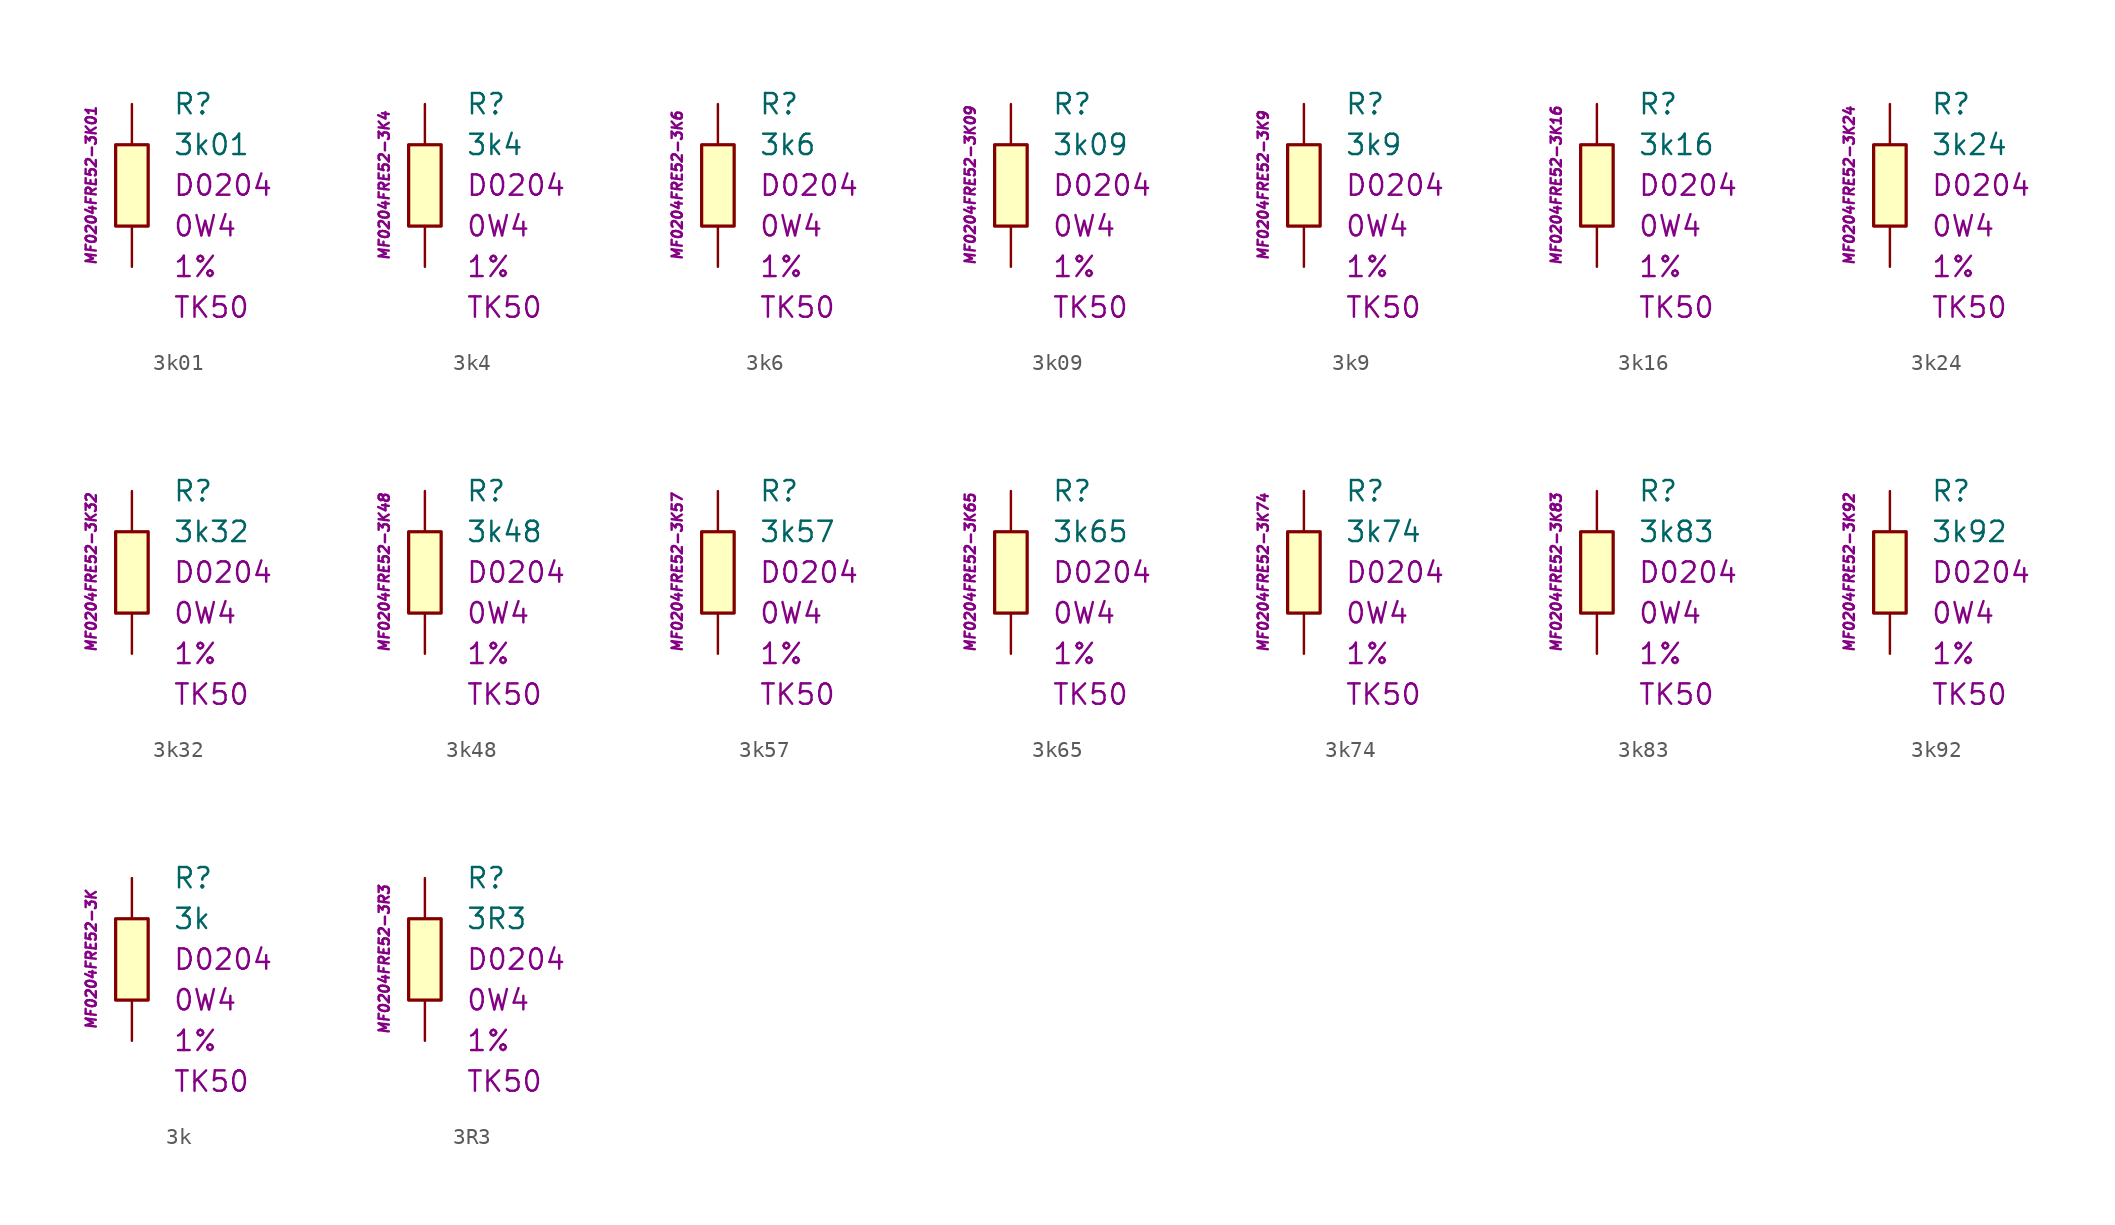
<source format=kicad_sym>
(kicad_symbol_lib
  (version 20201005)
  (generator kicad_symbol_editor)
  (symbol "3k01"
    (pin_numbers hide)
    (pin_names
      (offset 1.016) hide)
    (property "Reference" "R"
      (at 2.54 5.08 0)
      (effects (font (size 1.27 1.27)) (justify left)))
    (property "Value" "3k01"
      (at 2.54 2.54 0)
      (effects (font (size 1.27 1.27)) (justify left)))
    (property "Package" "D0204"
      (at 2.54 0 0)
      (effects (font (size 1.27 1.27)) (justify left)))
    (property "Power" "0W4"
      (at 2.54 -2.54 0)
      (effects (font (size 1.27 1.27)) (justify left)))
    (property "Tolerance" "1%"
      (at 2.54 -5.08 0)
      (effects (font (size 1.27 1.27)) (justify left)))
    (property "TK" "TK50"
      (at 2.54 -7.62 0)
      (effects (font (size 1.27 1.27)) (justify left)))
    (property "ID" "MF0204FRE52-3K01"
      (at -2.54 0 90)
      (effects (font (size 0.635 0.635) italic)))
    (symbol "3k01_0_1"
      (rectangle (start -1.016 2.54) (end 1.016 -2.54) (stroke (width 0.203)) (fill (type background))))
    (symbol "3k01_1_1"
      (pin passive line (at 0 5.08 270) (length 2.54) (name "~" (effects (font (size 1.778 1.778)))) (number "1" (effects (font (size 1.778 1.778)))))
      (pin passive line (at 0 -5.08 90) (length 2.54) (name "~" (effects (font (size 1.778 1.778)))) (number "2" (effects (font (size 1.778 1.778)))))))
  (symbol "3k4"
    (pin_numbers hide)
    (pin_names
      (offset 1.016) hide)
    (property "Reference" "R"
      (at 2.54 5.08 0)
      (effects (font (size 1.27 1.27)) (justify left)))
    (property "Value" "3k4"
      (at 2.54 2.54 0)
      (effects (font (size 1.27 1.27)) (justify left)))
    (property "Package" "D0204"
      (at 2.54 0 0)
      (effects (font (size 1.27 1.27)) (justify left)))
    (property "Power" "0W4"
      (at 2.54 -2.54 0)
      (effects (font (size 1.27 1.27)) (justify left)))
    (property "Tolerance" "1%"
      (at 2.54 -5.08 0)
      (effects (font (size 1.27 1.27)) (justify left)))
    (property "TK" "TK50"
      (at 2.54 -7.62 0)
      (effects (font (size 1.27 1.27)) (justify left)))
    (property "ID" "MF0204FRE52-3K4"
      (at -2.54 0 90)
      (effects (font (size 0.635 0.635) italic)))
    (symbol "3k4_0_1"
      (rectangle (start -1.016 2.54) (end 1.016 -2.54) (stroke (width 0.203)) (fill (type background))))
    (symbol "3k4_1_1"
      (pin passive line (at 0 5.08 270) (length 2.54) (name "~" (effects (font (size 1.778 1.778)))) (number "1" (effects (font (size 1.778 1.778)))))
      (pin passive line (at 0 -5.08 90) (length 2.54) (name "~" (effects (font (size 1.778 1.778)))) (number "2" (effects (font (size 1.778 1.778)))))))
  (symbol "3k6"
    (pin_numbers hide)
    (pin_names
      (offset 1.016) hide)
    (property "Reference" "R"
      (at 2.54 5.08 0)
      (effects (font (size 1.27 1.27)) (justify left)))
    (property "Value" "3k6"
      (at 2.54 2.54 0)
      (effects (font (size 1.27 1.27)) (justify left)))
    (property "Package" "D0204"
      (at 2.54 0 0)
      (effects (font (size 1.27 1.27)) (justify left)))
    (property "Power" "0W4"
      (at 2.54 -2.54 0)
      (effects (font (size 1.27 1.27)) (justify left)))
    (property "Tolerance" "1%"
      (at 2.54 -5.08 0)
      (effects (font (size 1.27 1.27)) (justify left)))
    (property "TK" "TK50"
      (at 2.54 -7.62 0)
      (effects (font (size 1.27 1.27)) (justify left)))
    (property "ID" "MF0204FRE52-3K6"
      (at -2.54 0 90)
      (effects (font (size 0.635 0.635) italic)))
    (symbol "3k6_0_1"
      (rectangle (start -1.016 2.54) (end 1.016 -2.54) (stroke (width 0.203)) (fill (type background))))
    (symbol "3k6_1_1"
      (pin passive line (at 0 5.08 270) (length 2.54) (name "~" (effects (font (size 1.778 1.778)))) (number "1" (effects (font (size 1.778 1.778)))))
      (pin passive line (at 0 -5.08 90) (length 2.54) (name "~" (effects (font (size 1.778 1.778)))) (number "2" (effects (font (size 1.778 1.778)))))))
  (symbol "3k09"
    (pin_numbers hide)
    (pin_names
      (offset 1.016) hide)
    (property "Reference" "R"
      (at 2.54 5.08 0)
      (effects (font (size 1.27 1.27)) (justify left)))
    (property "Value" "3k09"
      (at 2.54 2.54 0)
      (effects (font (size 1.27 1.27)) (justify left)))
    (property "Package" "D0204"
      (at 2.54 0 0)
      (effects (font (size 1.27 1.27)) (justify left)))
    (property "Power" "0W4"
      (at 2.54 -2.54 0)
      (effects (font (size 1.27 1.27)) (justify left)))
    (property "Tolerance" "1%"
      (at 2.54 -5.08 0)
      (effects (font (size 1.27 1.27)) (justify left)))
    (property "TK" "TK50"
      (at 2.54 -7.62 0)
      (effects (font (size 1.27 1.27)) (justify left)))
    (property "ID" "MF0204FRE52-3K09"
      (at -2.54 0 90)
      (effects (font (size 0.635 0.635) italic)))
    (symbol "3k09_0_1"
      (rectangle (start -1.016 2.54) (end 1.016 -2.54) (stroke (width 0.203)) (fill (type background))))
    (symbol "3k09_1_1"
      (pin passive line (at 0 5.08 270) (length 2.54) (name "~" (effects (font (size 1.778 1.778)))) (number "1" (effects (font (size 1.778 1.778)))))
      (pin passive line (at 0 -5.08 90) (length 2.54) (name "~" (effects (font (size 1.778 1.778)))) (number "2" (effects (font (size 1.778 1.778)))))))
  (symbol "3k9"
    (pin_numbers hide)
    (pin_names
      (offset 1.016) hide)
    (property "Reference" "R"
      (at 2.54 5.08 0)
      (effects (font (size 1.27 1.27)) (justify left)))
    (property "Value" "3k9"
      (at 2.54 2.54 0)
      (effects (font (size 1.27 1.27)) (justify left)))
    (property "Package" "D0204"
      (at 2.54 0 0)
      (effects (font (size 1.27 1.27)) (justify left)))
    (property "Power" "0W4"
      (at 2.54 -2.54 0)
      (effects (font (size 1.27 1.27)) (justify left)))
    (property "Tolerance" "1%"
      (at 2.54 -5.08 0)
      (effects (font (size 1.27 1.27)) (justify left)))
    (property "TK" "TK50"
      (at 2.54 -7.62 0)
      (effects (font (size 1.27 1.27)) (justify left)))
    (property "ID" "MF0204FRE52-3K9"
      (at -2.54 0 90)
      (effects (font (size 0.635 0.635) italic)))
    (symbol "3k9_0_1"
      (rectangle (start -1.016 2.54) (end 1.016 -2.54) (stroke (width 0.203)) (fill (type background))))
    (symbol "3k9_1_1"
      (pin passive line (at 0 5.08 270) (length 2.54) (name "~" (effects (font (size 1.778 1.778)))) (number "1" (effects (font (size 1.778 1.778)))))
      (pin passive line (at 0 -5.08 90) (length 2.54) (name "~" (effects (font (size 1.778 1.778)))) (number "2" (effects (font (size 1.778 1.778)))))))
  (symbol "3k16"
    (pin_numbers hide)
    (pin_names
      (offset 1.016) hide)
    (property "Reference" "R"
      (at 2.54 5.08 0)
      (effects (font (size 1.27 1.27)) (justify left)))
    (property "Value" "3k16"
      (at 2.54 2.54 0)
      (effects (font (size 1.27 1.27)) (justify left)))
    (property "Package" "D0204"
      (at 2.54 0 0)
      (effects (font (size 1.27 1.27)) (justify left)))
    (property "Power" "0W4"
      (at 2.54 -2.54 0)
      (effects (font (size 1.27 1.27)) (justify left)))
    (property "Tolerance" "1%"
      (at 2.54 -5.08 0)
      (effects (font (size 1.27 1.27)) (justify left)))
    (property "TK" "TK50"
      (at 2.54 -7.62 0)
      (effects (font (size 1.27 1.27)) (justify left)))
    (property "ID" "MF0204FRE52-3K16"
      (at -2.54 0 90)
      (effects (font (size 0.635 0.635) italic)))
    (symbol "3k16_0_1"
      (rectangle (start -1.016 2.54) (end 1.016 -2.54) (stroke (width 0.203)) (fill (type background))))
    (symbol "3k16_1_1"
      (pin passive line (at 0 5.08 270) (length 2.54) (name "~" (effects (font (size 1.778 1.778)))) (number "1" (effects (font (size 1.778 1.778)))))
      (pin passive line (at 0 -5.08 90) (length 2.54) (name "~" (effects (font (size 1.778 1.778)))) (number "2" (effects (font (size 1.778 1.778)))))))
  (symbol "3k24"
    (pin_numbers hide)
    (pin_names
      (offset 1.016) hide)
    (property "Reference" "R"
      (at 2.54 5.08 0)
      (effects (font (size 1.27 1.27)) (justify left)))
    (property "Value" "3k24"
      (at 2.54 2.54 0)
      (effects (font (size 1.27 1.27)) (justify left)))
    (property "Package" "D0204"
      (at 2.54 0 0)
      (effects (font (size 1.27 1.27)) (justify left)))
    (property "Power" "0W4"
      (at 2.54 -2.54 0)
      (effects (font (size 1.27 1.27)) (justify left)))
    (property "Tolerance" "1%"
      (at 2.54 -5.08 0)
      (effects (font (size 1.27 1.27)) (justify left)))
    (property "TK" "TK50"
      (at 2.54 -7.62 0)
      (effects (font (size 1.27 1.27)) (justify left)))
    (property "ID" "MF0204FRE52-3K24"
      (at -2.54 0 90)
      (effects (font (size 0.635 0.635) italic)))
    (symbol "3k24_0_1"
      (rectangle (start -1.016 2.54) (end 1.016 -2.54) (stroke (width 0.203)) (fill (type background))))
    (symbol "3k24_1_1"
      (pin passive line (at 0 5.08 270) (length 2.54) (name "~" (effects (font (size 1.778 1.778)))) (number "1" (effects (font (size 1.778 1.778)))))
      (pin passive line (at 0 -5.08 90) (length 2.54) (name "~" (effects (font (size 1.778 1.778)))) (number "2" (effects (font (size 1.778 1.778)))))))
  (symbol "3k32"
    (pin_numbers hide)
    (pin_names
      (offset 1.016) hide)
    (property "Reference" "R"
      (at 2.54 5.08 0)
      (effects (font (size 1.27 1.27)) (justify left)))
    (property "Value" "3k32"
      (at 2.54 2.54 0)
      (effects (font (size 1.27 1.27)) (justify left)))
    (property "Package" "D0204"
      (at 2.54 0 0)
      (effects (font (size 1.27 1.27)) (justify left)))
    (property "Power" "0W4"
      (at 2.54 -2.54 0)
      (effects (font (size 1.27 1.27)) (justify left)))
    (property "Tolerance" "1%"
      (at 2.54 -5.08 0)
      (effects (font (size 1.27 1.27)) (justify left)))
    (property "TK" "TK50"
      (at 2.54 -7.62 0)
      (effects (font (size 1.27 1.27)) (justify left)))
    (property "ID" "MF0204FRE52-3K32"
      (at -2.54 0 90)
      (effects (font (size 0.635 0.635) italic)))
    (symbol "3k32_0_1"
      (rectangle (start -1.016 2.54) (end 1.016 -2.54) (stroke (width 0.203)) (fill (type background))))
    (symbol "3k32_1_1"
      (pin passive line (at 0 5.08 270) (length 2.54) (name "~" (effects (font (size 1.778 1.778)))) (number "1" (effects (font (size 1.778 1.778)))))
      (pin passive line (at 0 -5.08 90) (length 2.54) (name "~" (effects (font (size 1.778 1.778)))) (number "2" (effects (font (size 1.778 1.778)))))))
  (symbol "3k48"
    (pin_numbers hide)
    (pin_names
      (offset 1.016) hide)
    (property "Reference" "R"
      (at 2.54 5.08 0)
      (effects (font (size 1.27 1.27)) (justify left)))
    (property "Value" "3k48"
      (at 2.54 2.54 0)
      (effects (font (size 1.27 1.27)) (justify left)))
    (property "Package" "D0204"
      (at 2.54 0 0)
      (effects (font (size 1.27 1.27)) (justify left)))
    (property "Power" "0W4"
      (at 2.54 -2.54 0)
      (effects (font (size 1.27 1.27)) (justify left)))
    (property "Tolerance" "1%"
      (at 2.54 -5.08 0)
      (effects (font (size 1.27 1.27)) (justify left)))
    (property "TK" "TK50"
      (at 2.54 -7.62 0)
      (effects (font (size 1.27 1.27)) (justify left)))
    (property "ID" "MF0204FRE52-3K48"
      (at -2.54 0 90)
      (effects (font (size 0.635 0.635) italic)))
    (symbol "3k48_0_1"
      (rectangle (start -1.016 2.54) (end 1.016 -2.54) (stroke (width 0.203)) (fill (type background))))
    (symbol "3k48_1_1"
      (pin passive line (at 0 5.08 270) (length 2.54) (name "~" (effects (font (size 1.778 1.778)))) (number "1" (effects (font (size 1.778 1.778)))))
      (pin passive line (at 0 -5.08 90) (length 2.54) (name "~" (effects (font (size 1.778 1.778)))) (number "2" (effects (font (size 1.778 1.778)))))))
  (symbol "3k57"
    (pin_numbers hide)
    (pin_names
      (offset 1.016) hide)
    (property "Reference" "R"
      (at 2.54 5.08 0)
      (effects (font (size 1.27 1.27)) (justify left)))
    (property "Value" "3k57"
      (at 2.54 2.54 0)
      (effects (font (size 1.27 1.27)) (justify left)))
    (property "Package" "D0204"
      (at 2.54 0 0)
      (effects (font (size 1.27 1.27)) (justify left)))
    (property "Power" "0W4"
      (at 2.54 -2.54 0)
      (effects (font (size 1.27 1.27)) (justify left)))
    (property "Tolerance" "1%"
      (at 2.54 -5.08 0)
      (effects (font (size 1.27 1.27)) (justify left)))
    (property "TK" "TK50"
      (at 2.54 -7.62 0)
      (effects (font (size 1.27 1.27)) (justify left)))
    (property "ID" "MF0204FRE52-3K57"
      (at -2.54 0 90)
      (effects (font (size 0.635 0.635) italic)))
    (symbol "3k57_0_1"
      (rectangle (start -1.016 2.54) (end 1.016 -2.54) (stroke (width 0.203)) (fill (type background))))
    (symbol "3k57_1_1"
      (pin passive line (at 0 5.08 270) (length 2.54) (name "~" (effects (font (size 1.778 1.778)))) (number "1" (effects (font (size 1.778 1.778)))))
      (pin passive line (at 0 -5.08 90) (length 2.54) (name "~" (effects (font (size 1.778 1.778)))) (number "2" (effects (font (size 1.778 1.778)))))))
  (symbol "3k65"
    (pin_numbers hide)
    (pin_names
      (offset 1.016) hide)
    (property "Reference" "R"
      (at 2.54 5.08 0)
      (effects (font (size 1.27 1.27)) (justify left)))
    (property "Value" "3k65"
      (at 2.54 2.54 0)
      (effects (font (size 1.27 1.27)) (justify left)))
    (property "Package" "D0204"
      (at 2.54 0 0)
      (effects (font (size 1.27 1.27)) (justify left)))
    (property "Power" "0W4"
      (at 2.54 -2.54 0)
      (effects (font (size 1.27 1.27)) (justify left)))
    (property "Tolerance" "1%"
      (at 2.54 -5.08 0)
      (effects (font (size 1.27 1.27)) (justify left)))
    (property "TK" "TK50"
      (at 2.54 -7.62 0)
      (effects (font (size 1.27 1.27)) (justify left)))
    (property "ID" "MF0204FRE52-3K65"
      (at -2.54 0 90)
      (effects (font (size 0.635 0.635) italic)))
    (symbol "3k65_0_1"
      (rectangle (start -1.016 2.54) (end 1.016 -2.54) (stroke (width 0.203)) (fill (type background))))
    (symbol "3k65_1_1"
      (pin passive line (at 0 5.08 270) (length 2.54) (name "~" (effects (font (size 1.778 1.778)))) (number "1" (effects (font (size 1.778 1.778)))))
      (pin passive line (at 0 -5.08 90) (length 2.54) (name "~" (effects (font (size 1.778 1.778)))) (number "2" (effects (font (size 1.778 1.778)))))))
  (symbol "3k74"
    (pin_numbers hide)
    (pin_names
      (offset 1.016) hide)
    (property "Reference" "R"
      (at 2.54 5.08 0)
      (effects (font (size 1.27 1.27)) (justify left)))
    (property "Value" "3k74"
      (at 2.54 2.54 0)
      (effects (font (size 1.27 1.27)) (justify left)))
    (property "Package" "D0204"
      (at 2.54 0 0)
      (effects (font (size 1.27 1.27)) (justify left)))
    (property "Power" "0W4"
      (at 2.54 -2.54 0)
      (effects (font (size 1.27 1.27)) (justify left)))
    (property "Tolerance" "1%"
      (at 2.54 -5.08 0)
      (effects (font (size 1.27 1.27)) (justify left)))
    (property "TK" "TK50"
      (at 2.54 -7.62 0)
      (effects (font (size 1.27 1.27)) (justify left)))
    (property "ID" "MF0204FRE52-3K74"
      (at -2.54 0 90)
      (effects (font (size 0.635 0.635) italic)))
    (symbol "3k74_0_1"
      (rectangle (start -1.016 2.54) (end 1.016 -2.54) (stroke (width 0.203)) (fill (type background))))
    (symbol "3k74_1_1"
      (pin passive line (at 0 5.08 270) (length 2.54) (name "~" (effects (font (size 1.778 1.778)))) (number "1" (effects (font (size 1.778 1.778)))))
      (pin passive line (at 0 -5.08 90) (length 2.54) (name "~" (effects (font (size 1.778 1.778)))) (number "2" (effects (font (size 1.778 1.778)))))))
  (symbol "3k83"
    (pin_numbers hide)
    (pin_names
      (offset 1.016) hide)
    (property "Reference" "R"
      (at 2.54 5.08 0)
      (effects (font (size 1.27 1.27)) (justify left)))
    (property "Value" "3k83"
      (at 2.54 2.54 0)
      (effects (font (size 1.27 1.27)) (justify left)))
    (property "Package" "D0204"
      (at 2.54 0 0)
      (effects (font (size 1.27 1.27)) (justify left)))
    (property "Power" "0W4"
      (at 2.54 -2.54 0)
      (effects (font (size 1.27 1.27)) (justify left)))
    (property "Tolerance" "1%"
      (at 2.54 -5.08 0)
      (effects (font (size 1.27 1.27)) (justify left)))
    (property "TK" "TK50"
      (at 2.54 -7.62 0)
      (effects (font (size 1.27 1.27)) (justify left)))
    (property "ID" "MF0204FRE52-3K83"
      (at -2.54 0 90)
      (effects (font (size 0.635 0.635) italic)))
    (symbol "3k83_0_1"
      (rectangle (start -1.016 2.54) (end 1.016 -2.54) (stroke (width 0.203)) (fill (type background))))
    (symbol "3k83_1_1"
      (pin passive line (at 0 5.08 270) (length 2.54) (name "~" (effects (font (size 1.778 1.778)))) (number "1" (effects (font (size 1.778 1.778)))))
      (pin passive line (at 0 -5.08 90) (length 2.54) (name "~" (effects (font (size 1.778 1.778)))) (number "2" (effects (font (size 1.778 1.778)))))))
  (symbol "3k92"
    (pin_numbers hide)
    (pin_names
      (offset 1.016) hide)
    (property "Reference" "R"
      (at 2.54 5.08 0)
      (effects (font (size 1.27 1.27)) (justify left)))
    (property "Value" "3k92"
      (at 2.54 2.54 0)
      (effects (font (size 1.27 1.27)) (justify left)))
    (property "Package" "D0204"
      (at 2.54 0 0)
      (effects (font (size 1.27 1.27)) (justify left)))
    (property "Power" "0W4"
      (at 2.54 -2.54 0)
      (effects (font (size 1.27 1.27)) (justify left)))
    (property "Tolerance" "1%"
      (at 2.54 -5.08 0)
      (effects (font (size 1.27 1.27)) (justify left)))
    (property "TK" "TK50"
      (at 2.54 -7.62 0)
      (effects (font (size 1.27 1.27)) (justify left)))
    (property "ID" "MF0204FRE52-3K92"
      (at -2.54 0 90)
      (effects (font (size 0.635 0.635) italic)))
    (symbol "3k92_0_1"
      (rectangle (start -1.016 2.54) (end 1.016 -2.54) (stroke (width 0.203)) (fill (type background))))
    (symbol "3k92_1_1"
      (pin passive line (at 0 5.08 270) (length 2.54) (name "~" (effects (font (size 1.778 1.778)))) (number "1" (effects (font (size 1.778 1.778)))))
      (pin passive line (at 0 -5.08 90) (length 2.54) (name "~" (effects (font (size 1.778 1.778)))) (number "2" (effects (font (size 1.778 1.778)))))))
  (symbol "3k"
    (pin_numbers hide)
    (pin_names
      (offset 1.016) hide)
    (property "Reference" "R"
      (at 2.54 5.08 0)
      (effects (font (size 1.27 1.27)) (justify left)))
    (property "Value" "3k"
      (at 2.54 2.54 0)
      (effects (font (size 1.27 1.27)) (justify left)))
    (property "Package" "D0204"
      (at 2.54 0 0)
      (effects (font (size 1.27 1.27)) (justify left)))
    (property "Power" "0W4"
      (at 2.54 -2.54 0)
      (effects (font (size 1.27 1.27)) (justify left)))
    (property "Tolerance" "1%"
      (at 2.54 -5.08 0)
      (effects (font (size 1.27 1.27)) (justify left)))
    (property "TK" "TK50"
      (at 2.54 -7.62 0)
      (effects (font (size 1.27 1.27)) (justify left)))
    (property "ID" "MF0204FRE52-3K"
      (at -2.54 0 90)
      (effects (font (size 0.635 0.635) italic)))
    (symbol "3k_0_1"
      (rectangle (start -1.016 2.54) (end 1.016 -2.54) (stroke (width 0.203)) (fill (type background))))
    (symbol "3k_1_1"
      (pin passive line (at 0 5.08 270) (length 2.54) (name "~" (effects (font (size 1.778 1.778)))) (number "1" (effects (font (size 1.778 1.778)))))
      (pin passive line (at 0 -5.08 90) (length 2.54) (name "~" (effects (font (size 1.778 1.778)))) (number "2" (effects (font (size 1.778 1.778)))))))
  (symbol "3R3"
    (pin_numbers hide)
    (pin_names
      (offset 1.016) hide)
    (property "Reference" "R"
      (at 2.54 5.08 0)
      (effects (font (size 1.27 1.27)) (justify left)))
    (property "Value" "3R3"
      (at 2.54 2.54 0)
      (effects (font (size 1.27 1.27)) (justify left)))
    (property "Package" "D0204"
      (at 2.54 0 0)
      (effects (font (size 1.27 1.27)) (justify left)))
    (property "Power" "0W4"
      (at 2.54 -2.54 0)
      (effects (font (size 1.27 1.27)) (justify left)))
    (property "Tolerance" "1%"
      (at 2.54 -5.08 0)
      (effects (font (size 1.27 1.27)) (justify left)))
    (property "TK" "TK50"
      (at 2.54 -7.62 0)
      (effects (font (size 1.27 1.27)) (justify left)))
    (property "ID" "MF0204FRE52-3R3"
      (at -2.54 0 90)
      (effects (font (size 0.635 0.635) italic)))
    (symbol "3R3_0_1"
      (rectangle (start -1.016 2.54) (end 1.016 -2.54) (stroke (width 0.203)) (fill (type background))))
    (symbol "3R3_1_1"
      (pin passive line (at 0 5.08 270) (length 2.54) (name "~" (effects (font (size 1.778 1.778)))) (number "1" (effects (font (size 1.778 1.778)))))
      (pin passive line (at 0 -5.08 90) (length 2.54) (name "~" (effects (font (size 1.778 1.778)))) (number "2" (effects (font (size 1.778 1.778))))))))
</source>
